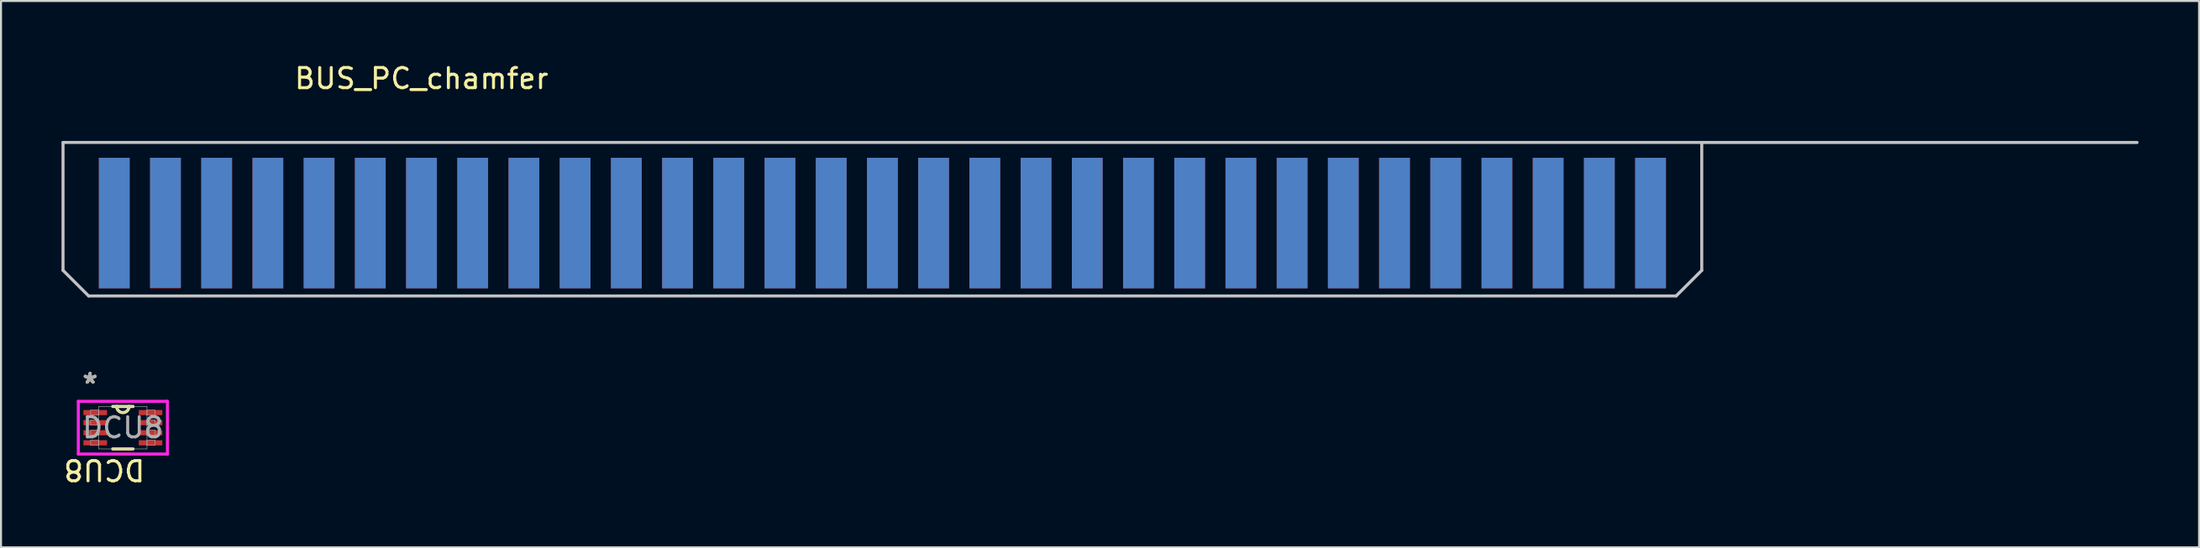
<source format=kicad_pcb>
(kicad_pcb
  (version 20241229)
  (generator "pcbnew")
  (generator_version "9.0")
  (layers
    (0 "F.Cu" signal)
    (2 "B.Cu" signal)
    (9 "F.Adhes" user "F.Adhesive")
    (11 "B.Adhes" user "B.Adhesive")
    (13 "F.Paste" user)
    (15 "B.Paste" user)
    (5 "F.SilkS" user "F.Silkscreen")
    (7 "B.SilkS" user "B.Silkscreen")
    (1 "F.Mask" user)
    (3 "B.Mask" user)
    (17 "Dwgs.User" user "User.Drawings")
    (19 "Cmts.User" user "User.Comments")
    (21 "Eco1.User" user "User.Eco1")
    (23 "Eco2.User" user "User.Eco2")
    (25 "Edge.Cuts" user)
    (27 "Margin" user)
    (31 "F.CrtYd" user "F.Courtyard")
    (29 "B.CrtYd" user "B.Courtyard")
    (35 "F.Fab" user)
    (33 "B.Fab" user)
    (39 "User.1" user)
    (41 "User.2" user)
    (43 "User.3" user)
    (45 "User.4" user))
  (footprint "DCU8"
    (layer "F.Cu")
    (at 3.045 18.184)
    (property "Reference" "DCU8" (at -0.92 2.09 180) (unlocked yes) (layer "F.SilkS") (effects (font (size 1 1) (thickness 0.15))))
    (attr smd)
    (fp_line (start -0.506 1.054) (end 0.506 1.054) (stroke (width 0.152) (type solid)) (layer "F.SilkS"))
    (fp_line (start 0.506 -1.054) (end -0.506 -1.054) (stroke (width 0.152) (type solid)) (layer "F.SilkS"))
    (fp_arc (start 0.3048 -1.0541) (mid 0 -0.7493) (end -0.3048 -1.0541) (stroke (width 0.1524) (type solid)) (layer "F.SilkS"))
    (fp_line (start -2.21 -1.308) (end 2.21 -1.308) (stroke (width 0.152) (type solid)) (layer "F.CrtYd"))
    (fp_line (start -2.21 1.308) (end -2.21 -1.308) (stroke (width 0.152) (type solid)) (layer "F.CrtYd"))
    (fp_line (start 2.21 -1.308) (end 2.21 1.308) (stroke (width 0.152) (type solid)) (layer "F.CrtYd"))
    (fp_line (start 2.21 1.308) (end -2.21 1.308) (stroke (width 0.152) (type solid)) (layer "F.CrtYd"))
    (fp_line (start -1.6 -0.877) (end -1.6 -0.623) (stroke (width 0.025) (type solid)) (layer "F.Fab"))
    (fp_line (start -1.6 -0.623) (end -1.194 -0.623) (stroke (width 0.025) (type solid)) (layer "F.Fab"))
    (fp_line (start -1.6 -0.377) (end -1.6 -0.123) (stroke (width 0.025) (type solid)) (layer "F.Fab"))
    (fp_line (start -1.6 -0.123) (end -1.194 -0.123) (stroke (width 0.025) (type solid)) (layer "F.Fab"))
    (fp_line (start -1.6 0.123) (end -1.6 0.377) (stroke (width 0.025) (type solid)) (layer "F.Fab"))
    (fp_line (start -1.6 0.377) (end -1.194 0.377) (stroke (width 0.025) (type solid)) (layer "F.Fab"))
    (fp_line (start -1.6 0.623) (end -1.6 0.877) (stroke (width 0.025) (type solid)) (layer "F.Fab"))
    (fp_line (start -1.6 0.877) (end -1.194 0.877) (stroke (width 0.025) (type solid)) (layer "F.Fab"))
    (fp_line (start -1.194 -1.054) (end -1.194 1.054) (stroke (width 0.025) (type solid)) (layer "F.Fab"))
    (fp_line (start -1.194 -0.877) (end -1.6 -0.877) (stroke (width 0.025) (type solid)) (layer "F.Fab"))
    (fp_line (start -1.194 -0.623) (end -1.194 -0.877) (stroke (width 0.025) (type solid)) (layer "F.Fab"))
    (fp_line (start -1.194 -0.377) (end -1.6 -0.377) (stroke (width 0.025) (type solid)) (layer "F.Fab"))
    (fp_line (start -1.194 -0.123) (end -1.194 -0.377) (stroke (width 0.025) (type solid)) (layer "F.Fab"))
    (fp_line (start -1.194 0.123) (end -1.6 0.123) (stroke (width 0.025) (type solid)) (layer "F.Fab"))
    (fp_line (start -1.194 0.377) (end -1.194 0.123) (stroke (width 0.025) (type solid)) (layer "F.Fab"))
    (fp_line (start -1.194 0.623) (end -1.6 0.623) (stroke (width 0.025) (type solid)) (layer "F.Fab"))
    (fp_line (start -1.194 0.877) (end -1.194 0.623) (stroke (width 0.025) (type solid)) (layer "F.Fab"))
    (fp_line (start -1.194 1.054) (end 1.194 1.054) (stroke (width 0.025) (type solid)) (layer "F.Fab"))
    (fp_line (start 1.194 -1.054) (end -1.194 -1.054) (stroke (width 0.025) (type solid)) (layer "F.Fab"))
    (fp_line (start 1.194 -0.877) (end 1.194 -0.623) (stroke (width 0.025) (type solid)) (layer "F.Fab"))
    (fp_line (start 1.194 -0.623) (end 1.6 -0.623) (stroke (width 0.025) (type solid)) (layer "F.Fab"))
    (fp_line (start 1.194 -0.377) (end 1.194 -0.123) (stroke (width 0.025) (type solid)) (layer "F.Fab"))
    (fp_line (start 1.194 -0.123) (end 1.6 -0.123) (stroke (width 0.025) (type solid)) (layer "F.Fab"))
    (fp_line (start 1.194 0.123) (end 1.194 0.377) (stroke (width 0.025) (type solid)) (layer "F.Fab"))
    (fp_line (start 1.194 0.377) (end 1.6 0.377) (stroke (width 0.025) (type solid)) (layer "F.Fab"))
    (fp_line (start 1.194 0.623) (end 1.194 0.877) (stroke (width 0.025) (type solid)) (layer "F.Fab"))
    (fp_line (start 1.194 0.877) (end 1.6 0.877) (stroke (width 0.025) (type solid)) (layer "F.Fab"))
    (fp_line (start 1.194 1.054) (end 1.194 -1.054) (stroke (width 0.025) (type solid)) (layer "F.Fab"))
    (fp_line (start 1.6 -0.877) (end 1.194 -0.877) (stroke (width 0.025) (type solid)) (layer "F.Fab"))
    (fp_line (start 1.6 -0.623) (end 1.6 -0.877) (stroke (width 0.025) (type solid)) (layer "F.Fab"))
    (fp_line (start 1.6 -0.377) (end 1.194 -0.377) (stroke (width 0.025) (type solid)) (layer "F.Fab"))
    (fp_line (start 1.6 -0.123) (end 1.6 -0.377) (stroke (width 0.025) (type solid)) (layer "F.Fab"))
    (fp_line (start 1.6 0.123) (end 1.194 0.123) (stroke (width 0.025) (type solid)) (layer "F.Fab"))
    (fp_line (start 1.6 0.377) (end 1.6 0.123) (stroke (width 0.025) (type solid)) (layer "F.Fab"))
    (fp_line (start 1.6 0.623) (end 1.194 0.623) (stroke (width 0.025) (type solid)) (layer "F.Fab"))
    (fp_line (start 1.6 0.877) (end 1.6 0.623) (stroke (width 0.025) (type solid)) (layer "F.Fab"))
    (fp_arc (start 0.3048 -1.0541) (mid 0 -0.7493) (end -0.3048 -1.0541) (stroke (width 0.0254) (type solid)) (layer "F.Fab"))
    (fp_text user "*" (at -1.626 -2.147 0) (unlocked yes) (layer "F.SilkS") (effects (font (size 1 1) (thickness 0.15))))
    (fp_text user "*" (at -1.626 -2.147 180) (layer "F.SilkS") (effects (font (size 1 1) (thickness 0.15))))
    (fp_text user "*" (at -1.626 -2.147 180) (layer "F.Fab") (effects (font (size 1 1) (thickness 0.15))))
    (fp_text user "*" (at -1.626 -2.147 0) (unlocked yes) (layer "F.Fab") (effects (font (size 1 1) (thickness 0.15))))
    (fp_text user "${REFERENCE}" (at 0 0 0) (unlocked yes) (layer "F.Fab") (effects (font (size 1 1) (thickness 0.15))))
    (pad "1" smd rect (at -1.372 -0.75) (size 1.168 0.254) (layers "F.Cu" "F.Mask" "F.Paste"))
    (pad "2" smd rect (at -1.372 -0.25) (size 1.168 0.254) (layers "F.Cu" "F.Mask" "F.Paste"))
    (pad "3" smd rect (at -1.372 0.25) (size 1.168 0.254) (layers "F.Cu" "F.Mask" "F.Paste"))
    (pad "4" smd rect (at -1.372 0.75) (size 1.168 0.254) (layers "F.Cu" "F.Mask" "F.Paste"))
    (pad "5" smd rect (at 1.372 0.75) (size 1.168 0.254) (layers "F.Cu" "F.Mask" "F.Paste"))
    (pad "6" smd rect (at 1.372 0.25) (size 1.168 0.254) (layers "F.Cu" "F.Mask" "F.Paste"))
    (pad "7" smd rect (at 1.372 -0.25) (size 1.168 0.254) (layers "F.Cu" "F.Mask" "F.Paste"))
    (pad "8" smd rect (at 1.372 -0.75) (size 1.168 0.254) (layers "F.Cu" "F.Mask" "F.Paste")))
  (footprint "BUS_PC_chamfer"
    (layer "F.Cu")
    (at 40.716 7.833)
    (property "Reference" "BUS_PC_chamfer" (at -22.86 -6.985 0) (layer "F.SilkS") (effects (font (size 1 1) (thickness 0.15))))
    (attr through_hole allow_soldermask_bridges)
    (fp_poly (pts (xy 40.64 4.305) (xy -40.64 4.305) (xy -40.64 -2.997) (xy 40.64 -2.997)) (stroke (width 0.1) (type solid)) (fill yes) (layer "F.Mask"))
    (fp_poly (pts (xy 40.64 4.305) (xy -40.64 4.305) (xy -40.64 -2.997) (xy 40.64 -2.997)) (stroke (width 0.1) (type solid)) (fill yes) (layer "B.Mask"))
    (fp_line (start -40.64 -3.81) (end 40.64 -3.81) (stroke (width 0.15) (type solid)) (layer "Dwgs.User"))
    (fp_line (start -40.64 2.54) (end -40.64 -3.81) (stroke (width 0.15) (type solid)) (layer "Dwgs.User"))
    (fp_line (start -39.37 3.81) (end -40.64 2.54) (stroke (width 0.152) (type solid)) (layer "Dwgs.User"))
    (fp_line (start 39.37 3.81) (end -39.37 3.81) (stroke (width 0.15) (type solid)) (layer "Dwgs.User"))
    (fp_line (start 40.64 -3.81) (end 40.64 2.54) (stroke (width 0.15) (type solid)) (layer "Dwgs.User"))
    (fp_line (start 40.64 2.54) (end 39.37 3.81) (stroke (width 0.152) (type solid)) (layer "Dwgs.User"))
    (fp_line (start 62.23 -3.81) (end 40.64 -3.81) (stroke (width 0.152) (type solid)) (layer "Dwgs.User"))
    (pad "1" connect rect (at 38.1 0.191) (size 1.524 6.478) (layers "B.Cu" "B.Mask"))
    (pad "2" connect rect (at 35.56 0.191) (size 1.524 6.478) (layers "B.Cu" "B.Mask"))
    (pad "3" connect rect (at 33.02 0.191) (size 1.524 6.478) (layers "B.Cu" "B.Mask"))
    (pad "4" connect rect (at 30.48 0.191) (size 1.524 6.478) (layers "B.Cu" "B.Mask"))
    (pad "5" connect rect (at 27.94 0.191) (size 1.524 6.478) (layers "B.Cu" "B.Mask"))
    (pad "6" connect rect (at 25.4 0.191) (size 1.524 6.478) (layers "B.Cu" "B.Mask"))
    (pad "7" connect rect (at 22.86 0.191) (size 1.524 6.478) (layers "B.Cu" "B.Mask"))
    (pad "8" connect rect (at 20.32 0.191) (size 1.524 6.478) (layers "B.Cu" "B.Mask"))
    (pad "9" connect rect (at 17.78 0.191) (size 1.524 6.478) (layers "B.Cu" "B.Mask"))
    (pad "10" connect rect (at 15.24 0.191) (size 1.524 6.478) (layers "B.Cu" "B.Mask"))
    (pad "11" connect rect (at 12.7 0.191) (size 1.524 6.478) (layers "B.Cu" "B.Mask"))
    (pad "12" connect rect (at 10.16 0.191) (size 1.524 6.478) (layers "B.Cu" "B.Mask"))
    (pad "13" connect rect (at 7.62 0.191) (size 1.524 6.478) (layers "B.Cu" "B.Mask"))
    (pad "14" connect rect (at 5.08 0.191) (size 1.524 6.478) (layers "B.Cu" "B.Mask"))
    (pad "15" connect rect (at 2.54 0.191) (size 1.524 6.478) (layers "B.Cu" "B.Mask"))
    (pad "16" connect rect (at 0 0.191) (size 1.524 6.478) (layers "B.Cu" "B.Mask"))
    (pad "17" connect rect (at -2.54 0.191) (size 1.524 6.478) (layers "B.Cu" "B.Mask"))
    (pad "18" connect rect (at -5.08 0.191) (size 1.524 6.478) (layers "B.Cu" "B.Mask"))
    (pad "19" connect rect (at -7.62 0.191) (size 1.524 6.478) (layers "B.Cu" "B.Mask"))
    (pad "20" connect rect (at -10.16 0.191) (size 1.524 6.478) (layers "B.Cu" "B.Mask"))
    (pad "21" connect rect (at -12.7 0.191) (size 1.524 6.478) (layers "B.Cu" "B.Mask"))
    (pad "22" connect rect (at -15.24 0.191) (size 1.524 6.478) (layers "B.Cu" "B.Mask"))
    (pad "23" connect rect (at -17.78 0.191) (size 1.524 6.478) (layers "B.Cu" "B.Mask"))
    (pad "24" connect rect (at -20.32 0.191) (size 1.524 6.478) (layers "B.Cu" "B.Mask"))
    (pad "25" connect rect (at -22.86 0.191) (size 1.524 6.478) (layers "B.Cu" "B.Mask"))
    (pad "26" connect rect (at -25.4 0.191) (size 1.524 6.478) (layers "B.Cu" "B.Mask"))
    (pad "27" connect rect (at -27.94 0.191) (size 1.524 6.478) (layers "B.Cu" "B.Mask"))
    (pad "28" connect rect (at -30.48 0.191) (size 1.524 6.478) (layers "B.Cu" "B.Mask"))
    (pad "29" connect rect (at -33.02 0.191) (size 1.524 6.478) (layers "B.Cu" "B.Mask"))
    (pad "30" connect rect (at -35.56 0.181) (size 1.524 6.458) (layers "B.Cu" "B.Mask"))
    (pad "31" connect rect (at -38.1 0.191) (size 1.524 6.478) (layers "B.Cu" "B.Mask"))
    (pad "32" connect rect (at 38.1 0.191) (size 1.524 6.478) (layers "F.Cu" "F.Mask"))
    (pad "33" connect rect (at 35.56 0.191) (size 1.524 6.478) (layers "F.Cu" "F.Mask"))
    (pad "34" connect rect (at 33.02 0.191) (size 1.524 6.478) (layers "F.Cu" "F.Mask"))
    (pad "35" connect rect (at 30.48 0.191) (size 1.524 6.478) (layers "F.Cu" "F.Mask"))
    (pad "36" connect rect (at 27.94 0.191) (size 1.524 6.478) (layers "F.Cu" "F.Mask"))
    (pad "37" connect rect (at 25.4 0.191) (size 1.524 6.478) (layers "F.Cu" "F.Mask"))
    (pad "38" connect rect (at 22.86 0.191) (size 1.524 6.478) (layers "F.Cu" "F.Mask"))
    (pad "39" connect rect (at 20.32 0.191) (size 1.524 6.478) (layers "F.Cu" "F.Mask"))
    (pad "40" connect rect (at 17.78 0.191) (size 1.524 6.478) (layers "F.Cu" "F.Mask"))
    (pad "41" connect rect (at 15.24 0.191) (size 1.524 6.478) (layers "F.Cu" "F.Mask"))
    (pad "42" connect rect (at 12.7 0.191) (size 1.524 6.478) (layers "F.Cu" "F.Mask"))
    (pad "43" connect rect (at 10.16 0.191) (size 1.524 6.478) (layers "F.Cu" "F.Mask"))
    (pad "44" connect rect (at 7.62 0.191) (size 1.524 6.478) (layers "F.Cu" "F.Mask"))
    (pad "45" connect rect (at 5.08 0.191) (size 1.524 6.478) (layers "F.Cu" "F.Mask"))
    (pad "46" connect rect (at 2.54 0.191) (size 1.524 6.478) (layers "F.Cu" "F.Mask"))
    (pad "47" connect rect (at 0 0.191) (size 1.524 6.478) (layers "F.Cu" "F.Mask"))
    (pad "48" connect rect (at -2.54 0.191) (size 1.524 6.478) (layers "F.Cu" "F.Mask"))
    (pad "49" connect rect (at -5.08 0.191) (size 1.524 6.478) (layers "F.Cu" "F.Mask"))
    (pad "50" connect rect (at -7.62 0.191) (size 1.524 6.478) (layers "F.Cu" "F.Mask"))
    (pad "51" connect rect (at -10.16 0.191) (size 1.524 6.478) (layers "F.Cu" "F.Mask"))
    (pad "52" connect rect (at -12.7 0.191) (size 1.524 6.478) (layers "F.Cu" "F.Mask"))
    (pad "53" connect rect (at -15.24 0.191) (size 1.524 6.478) (layers "F.Cu" "F.Mask"))
    (pad "54" connect rect (at -17.78 0.191) (size 1.524 6.478) (layers "F.Cu" "F.Mask"))
    (pad "55" connect rect (at -20.32 0.191) (size 1.524 6.478) (layers "F.Cu" "F.Mask"))
    (pad "56" connect rect (at -22.86 0.191) (size 1.524 6.478) (layers "F.Cu" "F.Mask"))
    (pad "57" connect rect (at -25.4 0.191) (size 1.524 6.478) (layers "F.Cu" "F.Mask"))
    (pad "58" connect rect (at -27.94 0.191) (size 1.524 6.478) (layers "F.Cu" "F.Mask"))
    (pad "59" connect rect (at -30.48 0.191) (size 1.524 6.478) (layers "F.Cu" "F.Mask"))
    (pad "60" connect rect (at -33.02 0.191) (size 1.524 6.478) (layers "F.Cu" "F.Mask"))
    (pad "61" connect rect (at -35.56 0.191) (size 1.524 6.478) (layers "F.Cu" "F.Mask"))
    (pad "62" connect rect (at -38.1 0.191) (size 1.524 6.478) (layers "F.Cu" "F.Mask")))
  (gr_rect
    (start -3 -3)
    (end 106.022 24.122)
    (stroke (width 0.1) (type default))
    (fill no)
    (layer "Edge.Cuts")))
</source>
